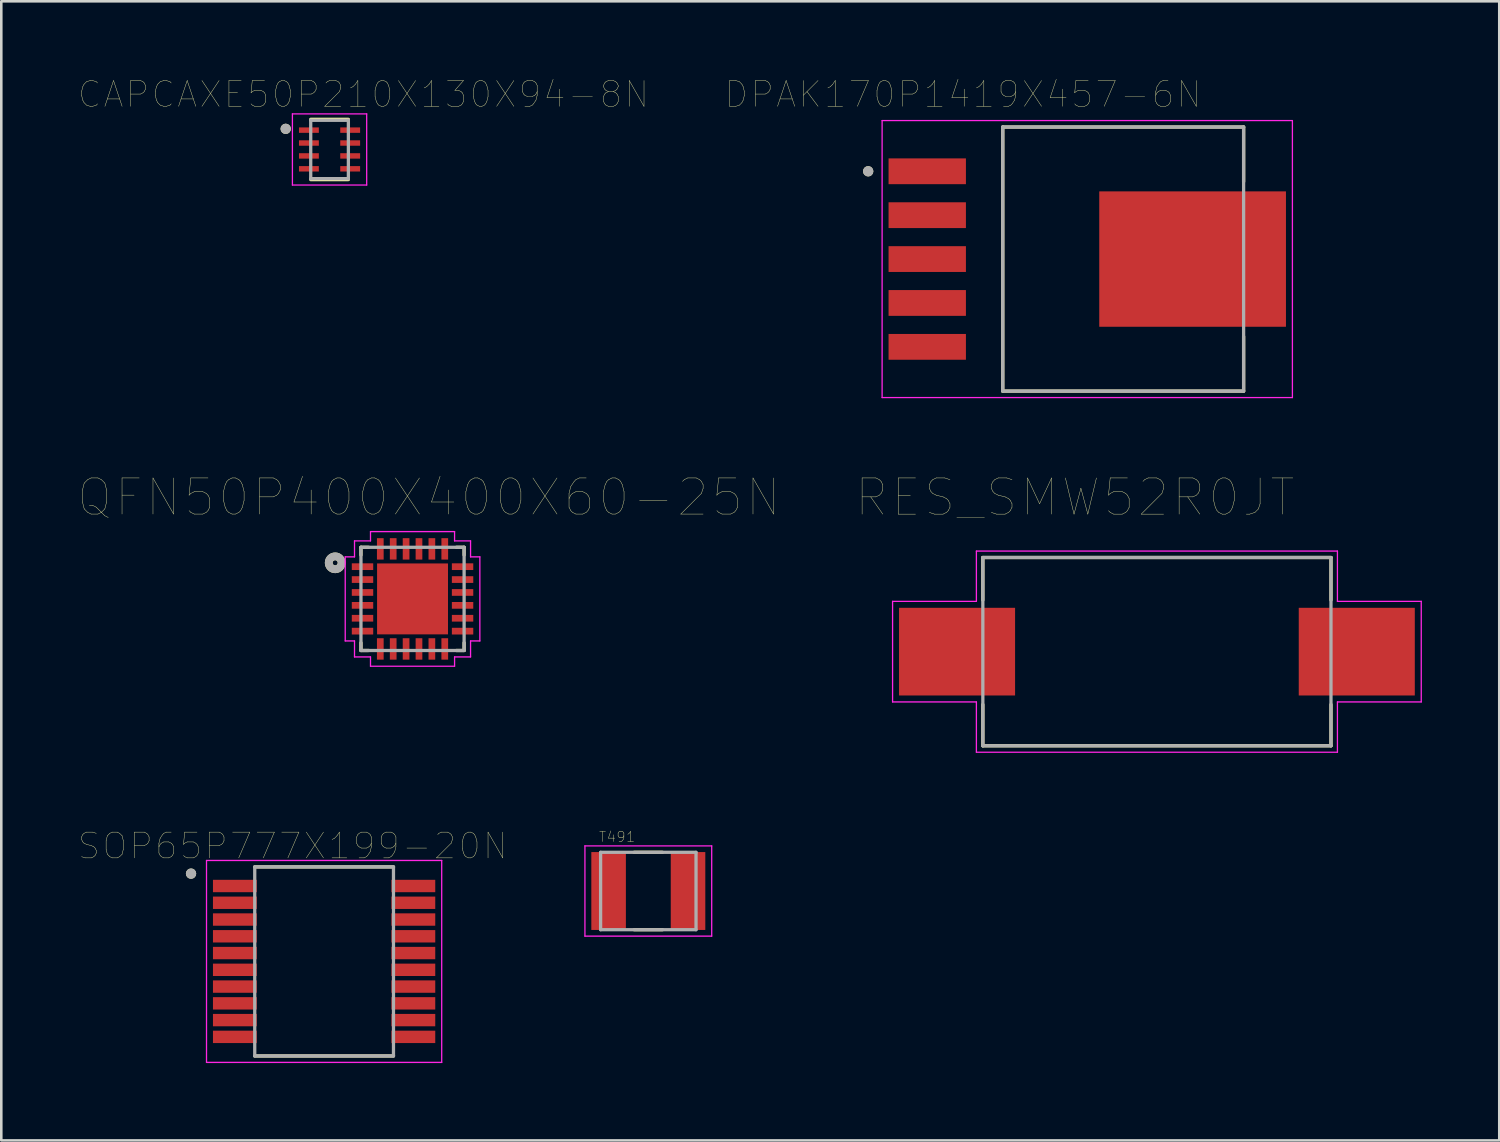
<source format=kicad_pcb>
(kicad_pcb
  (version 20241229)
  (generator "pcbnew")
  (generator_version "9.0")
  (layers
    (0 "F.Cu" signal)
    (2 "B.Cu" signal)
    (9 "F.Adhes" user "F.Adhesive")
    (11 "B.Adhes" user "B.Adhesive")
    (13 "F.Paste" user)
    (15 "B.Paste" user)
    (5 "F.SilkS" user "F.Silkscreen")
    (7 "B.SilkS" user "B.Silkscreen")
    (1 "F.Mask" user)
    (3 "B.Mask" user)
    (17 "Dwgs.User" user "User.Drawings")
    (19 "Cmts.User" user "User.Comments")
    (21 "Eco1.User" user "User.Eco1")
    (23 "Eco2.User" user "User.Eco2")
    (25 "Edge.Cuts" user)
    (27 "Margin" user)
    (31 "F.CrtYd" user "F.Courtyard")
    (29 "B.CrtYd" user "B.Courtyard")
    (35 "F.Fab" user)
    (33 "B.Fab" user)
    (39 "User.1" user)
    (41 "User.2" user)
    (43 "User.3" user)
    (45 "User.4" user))
  (footprint "CAPCAXE50P210X130X94-8N"
    (layer "F.Cu")
    (at 9.729 2.746)
    (property "Reference" "CAPCAXE50P210X130X94-8N" (at 1.313 -2.135 0) (layer "F.SilkS") (effects (font (size 1 1) (thickness 0.015))))
    (attr through_hole)
    (fp_line (start -0.73 -1.169) (end 0.73 -1.169) (stroke (width 0.127) (type solid)) (layer "F.SilkS"))
    (fp_line (start 0.73 1.169) (end -0.73 1.169) (stroke (width 0.127) (type solid)) (layer "F.SilkS"))
    (fp_circle (center -1.7 -0.8) (end -1.6 -0.8) (stroke (width 0.2) (type solid)) (fill no) (layer "F.SilkS"))
    (fp_line (start -1.44 -1.38) (end 1.44 -1.38) (stroke (width 0.05) (type solid)) (layer "F.CrtYd"))
    (fp_line (start -1.44 1.38) (end -1.44 -1.38) (stroke (width 0.05) (type solid)) (layer "F.CrtYd"))
    (fp_line (start 1.44 -1.38) (end 1.44 1.38) (stroke (width 0.05) (type solid)) (layer "F.CrtYd"))
    (fp_line (start 1.44 1.38) (end -1.44 1.38) (stroke (width 0.05) (type solid)) (layer "F.CrtYd"))
    (fp_line (start -0.73 -1.13) (end 0.73 -1.13) (stroke (width 0.127) (type solid)) (layer "F.Fab"))
    (fp_line (start -0.73 1.13) (end -0.73 -1.13) (stroke (width 0.127) (type solid)) (layer "F.Fab"))
    (fp_line (start 0.73 -1.13) (end 0.73 1.13) (stroke (width 0.127) (type solid)) (layer "F.Fab"))
    (fp_line (start 0.73 1.13) (end -0.73 1.13) (stroke (width 0.127) (type solid)) (layer "F.Fab"))
    (fp_circle (center -1.7 -0.8) (end -1.6 -0.8) (stroke (width 0.2) (type solid)) (fill no) (layer "F.Fab"))
    (pad "1" smd rect (at -0.8 -0.75) (size 0.77 0.21) (layers "F.Cu" "F.Mask" "F.Paste"))
    (pad "2" smd rect (at -0.8 -0.25) (size 0.77 0.21) (layers "F.Cu" "F.Mask" "F.Paste"))
    (pad "3" smd rect (at -0.8 0.25) (size 0.77 0.21) (layers "F.Cu" "F.Mask" "F.Paste"))
    (pad "4" smd rect (at -0.8 0.75) (size 0.77 0.21) (layers "F.Cu" "F.Mask" "F.Paste"))
    (pad "5" smd rect (at 0.8 0.75) (size 0.77 0.21) (layers "F.Cu" "F.Mask" "F.Paste"))
    (pad "6" smd rect (at 0.8 0.25) (size 0.77 0.21) (layers "F.Cu" "F.Mask" "F.Paste"))
    (pad "7" smd rect (at 0.8 -0.25) (size 0.77 0.21) (layers "F.Cu" "F.Mask" "F.Paste"))
    (pad "8" smd rect (at 0.8 -0.75) (size 0.77 0.21) (layers "F.Cu" "F.Mask" "F.Paste")))
  (footprint "RES_SMW52R0JT"
    (layer "F.Cu")
    (at 41.812 22.219)
    (property "Reference" "RES_SMW52R0JT" (at -3.181 -5.981 0) (layer "F.SilkS") (effects (font (size 1.403 1.403) (thickness 0.015))))
    (attr through_hole)
    (fp_line (start -6.75 -3.65) (end 6.75 -3.65) (stroke (width 0.127) (type solid)) (layer "F.SilkS"))
    (fp_line (start -6.75 -2) (end -6.75 -3.65) (stroke (width 0.127) (type solid)) (layer "F.SilkS"))
    (fp_line (start -6.75 3.65) (end -6.75 2.05) (stroke (width 0.127) (type solid)) (layer "F.SilkS"))
    (fp_line (start 6.75 -3.65) (end 6.75 -2) (stroke (width 0.127) (type solid)) (layer "F.SilkS"))
    (fp_line (start 6.75 2.05) (end 6.75 3.65) (stroke (width 0.127) (type solid)) (layer "F.SilkS"))
    (fp_line (start 6.75 3.65) (end -6.75 3.65) (stroke (width 0.127) (type solid)) (layer "F.SilkS"))
    (fp_line (start -10.25 -1.95) (end -7 -1.95) (stroke (width 0.05) (type solid)) (layer "F.CrtYd"))
    (fp_line (start -10.25 1.95) (end -10.25 -1.95) (stroke (width 0.05) (type solid)) (layer "F.CrtYd"))
    (fp_line (start -7 -3.9) (end 7 -3.9) (stroke (width 0.05) (type solid)) (layer "F.CrtYd"))
    (fp_line (start -7 -1.95) (end -7 -3.9) (stroke (width 0.05) (type solid)) (layer "F.CrtYd"))
    (fp_line (start -7 1.95) (end -10.25 1.95) (stroke (width 0.05) (type solid)) (layer "F.CrtYd"))
    (fp_line (start -7 3.9) (end -7 1.95) (stroke (width 0.05) (type solid)) (layer "F.CrtYd"))
    (fp_line (start 7 -3.9) (end 7 -1.95) (stroke (width 0.05) (type solid)) (layer "F.CrtYd"))
    (fp_line (start 7 -1.95) (end 10.25 -1.95) (stroke (width 0.05) (type solid)) (layer "F.CrtYd"))
    (fp_line (start 7 1.95) (end 7 3.9) (stroke (width 0.05) (type solid)) (layer "F.CrtYd"))
    (fp_line (start 7 3.9) (end -7 3.9) (stroke (width 0.05) (type solid)) (layer "F.CrtYd"))
    (fp_line (start 10.25 -1.95) (end 10.25 1.95) (stroke (width 0.05) (type solid)) (layer "F.CrtYd"))
    (fp_line (start 10.25 1.95) (end 7 1.95) (stroke (width 0.05) (type solid)) (layer "F.CrtYd"))
    (fp_line (start -6.75 -3.65) (end 6.75 -3.65) (stroke (width 0.127) (type solid)) (layer "F.Fab"))
    (fp_line (start -6.75 3.65) (end -6.75 -3.65) (stroke (width 0.127) (type solid)) (layer "F.Fab"))
    (fp_line (start 6.75 -3.65) (end 6.75 3.65) (stroke (width 0.127) (type solid)) (layer "F.Fab"))
    (fp_line (start 6.75 3.65) (end -6.75 3.65) (stroke (width 0.127) (type solid)) (layer "F.Fab"))
    (pad "1" smd rect (at -7.75 0) (size 4.5 3.4) (layers "F.Cu" "F.Mask" "F.Paste"))
    (pad "2" smd rect (at 7.75 0) (size 4.5 3.4) (layers "F.Cu" "F.Mask" "F.Paste")))
  (footprint "SOP65P777X199-20N"
    (layer "F.Cu")
    (at 9.518 34.232)
    (property "Reference" "SOP65P777X199-20N" (at -1.215 -4.477 0) (layer "F.SilkS") (effects (font (size 1 1) (thickness 0.015))))
    (attr through_hole)
    (fp_line (start -2.69 -3.665) (end 2.69 -3.665) (stroke (width 0.127) (type solid)) (layer "F.SilkS"))
    (fp_line (start -2.69 3.665) (end 2.69 3.665) (stroke (width 0.127) (type solid)) (layer "F.SilkS"))
    (fp_circle (center -5.16 -3.405) (end -5.06 -3.405) (stroke (width 0.2) (type solid)) (fill no) (layer "F.SilkS"))
    (fp_line (start -4.56 -3.915) (end -4.56 3.915) (stroke (width 0.05) (type solid)) (layer "F.CrtYd"))
    (fp_line (start -4.56 -3.915) (end 4.56 -3.915) (stroke (width 0.05) (type solid)) (layer "F.CrtYd"))
    (fp_line (start -4.56 3.915) (end 4.56 3.915) (stroke (width 0.05) (type solid)) (layer "F.CrtYd"))
    (fp_line (start 4.56 -3.915) (end 4.56 3.915) (stroke (width 0.05) (type solid)) (layer "F.CrtYd"))
    (fp_line (start -2.69 -3.665) (end -2.69 3.665) (stroke (width 0.127) (type solid)) (layer "F.Fab"))
    (fp_line (start -2.69 -3.665) (end 2.69 -3.665) (stroke (width 0.127) (type solid)) (layer "F.Fab"))
    (fp_line (start -2.69 3.665) (end 2.69 3.665) (stroke (width 0.127) (type solid)) (layer "F.Fab"))
    (fp_line (start 2.69 -3.665) (end 2.69 3.665) (stroke (width 0.127) (type solid)) (layer "F.Fab"))
    (fp_circle (center -5.16 -3.405) (end -5.06 -3.405) (stroke (width 0.2) (type solid)) (fill no) (layer "F.Fab"))
    (pad "1" smd rect (at -3.46 -2.925) (size 1.7 0.48) (layers "F.Cu" "F.Mask" "F.Paste"))
    (pad "2" smd rect (at -3.46 -2.275) (size 1.7 0.48) (layers "F.Cu" "F.Mask" "F.Paste"))
    (pad "3" smd rect (at -3.46 -1.625) (size 1.7 0.48) (layers "F.Cu" "F.Mask" "F.Paste"))
    (pad "4" smd rect (at -3.46 -0.975) (size 1.7 0.48) (layers "F.Cu" "F.Mask" "F.Paste"))
    (pad "5" smd rect (at -3.46 -0.325) (size 1.7 0.48) (layers "F.Cu" "F.Mask" "F.Paste"))
    (pad "6" smd rect (at -3.46 0.325) (size 1.7 0.48) (layers "F.Cu" "F.Mask" "F.Paste"))
    (pad "7" smd rect (at -3.46 0.975) (size 1.7 0.48) (layers "F.Cu" "F.Mask" "F.Paste"))
    (pad "8" smd rect (at -3.46 1.625) (size 1.7 0.48) (layers "F.Cu" "F.Mask" "F.Paste"))
    (pad "9" smd rect (at -3.46 2.275) (size 1.7 0.48) (layers "F.Cu" "F.Mask" "F.Paste"))
    (pad "10" smd rect (at -3.46 2.925) (size 1.7 0.48) (layers "F.Cu" "F.Mask" "F.Paste"))
    (pad "11" smd rect (at 3.46 2.925) (size 1.7 0.48) (layers "F.Cu" "F.Mask" "F.Paste"))
    (pad "12" smd rect (at 3.46 2.275) (size 1.7 0.48) (layers "F.Cu" "F.Mask" "F.Paste"))
    (pad "13" smd rect (at 3.46 1.625) (size 1.7 0.48) (layers "F.Cu" "F.Mask" "F.Paste"))
    (pad "14" smd rect (at 3.46 0.975) (size 1.7 0.48) (layers "F.Cu" "F.Mask" "F.Paste"))
    (pad "15" smd rect (at 3.46 0.325) (size 1.7 0.48) (layers "F.Cu" "F.Mask" "F.Paste"))
    (pad "16" smd rect (at 3.46 -0.325) (size 1.7 0.48) (layers "F.Cu" "F.Mask" "F.Paste"))
    (pad "17" smd rect (at 3.46 -0.975) (size 1.7 0.48) (layers "F.Cu" "F.Mask" "F.Paste"))
    (pad "18" smd rect (at 3.46 -1.625) (size 1.7 0.48) (layers "F.Cu" "F.Mask" "F.Paste"))
    (pad "19" smd rect (at 3.46 -2.275) (size 1.7 0.48) (layers "F.Cu" "F.Mask" "F.Paste"))
    (pad "20" smd rect (at 3.46 -2.925) (size 1.7 0.48) (layers "F.Cu" "F.Mask" "F.Paste")))
  (footprint "QFN50P400X400X60-25N"
    (layer "F.Cu")
    (at 12.947 20.174)
    (property "Reference" "QFN50P400X400X60-25N" (at 0.635 -3.937 0) (layer "F.SilkS") (effects (font (size 1.4 1.4) (thickness 0.015))))
    (attr through_hole)
    (fp_line (start -2 -2) (end -2 -1.7) (stroke (width 0.127) (type solid)) (layer "F.SilkS"))
    (fp_line (start -2 2) (end -2 1.7) (stroke (width 0.127) (type solid)) (layer "F.SilkS"))
    (fp_line (start -2 2) (end -1.7 2) (stroke (width 0.127) (type solid)) (layer "F.SilkS"))
    (fp_line (start -1.7 -2) (end -2 -2) (stroke (width 0.127) (type solid)) (layer "F.SilkS"))
    (fp_line (start 2 -2) (end 1.7 -2) (stroke (width 0.127) (type solid)) (layer "F.SilkS"))
    (fp_line (start 2 -2) (end 2 -1.7) (stroke (width 0.127) (type solid)) (layer "F.SilkS"))
    (fp_line (start 2 2) (end 1.7 2) (stroke (width 0.127) (type solid)) (layer "F.SilkS"))
    (fp_line (start 2 2) (end 2 1.7) (stroke (width 0.127) (type solid)) (layer "F.SilkS"))
    (fp_circle (center -3 -1.4) (end -2.9 -1.4) (stroke (width 0.3) (type solid)) (fill no) (layer "F.SilkS"))
    (fp_poly (pts (xy -1.105 -1.105) (xy -0.135 -1.105) (xy -0.135 -0.135) (xy -1.105 -0.135)) (stroke (width 0.01) (type solid)) (fill yes) (layer "F.Paste"))
    (fp_poly (pts (xy -1.105 0.135) (xy -0.135 0.135) (xy -0.135 1.105) (xy -1.105 1.105)) (stroke (width 0.01) (type solid)) (fill yes) (layer "F.Paste"))
    (fp_poly (pts (xy 0.135 -1.105) (xy 1.105 -1.105) (xy 1.105 -0.135) (xy 0.135 -0.135)) (stroke (width 0.01) (type solid)) (fill yes) (layer "F.Paste"))
    (fp_poly (pts (xy 0.135 0.135) (xy 1.105 0.135) (xy 1.105 1.105) (xy 0.135 1.105)) (stroke (width 0.01) (type solid)) (fill yes) (layer "F.Paste"))
    (fp_line (start -2.61 -1.63) (end -2.25 -1.63) (stroke (width 0.05) (type solid)) (layer "F.CrtYd"))
    (fp_line (start -2.61 1.63) (end -2.61 -1.63) (stroke (width 0.05) (type solid)) (layer "F.CrtYd"))
    (fp_line (start -2.25 -2.25) (end -1.63 -2.25) (stroke (width 0.05) (type solid)) (layer "F.CrtYd"))
    (fp_line (start -2.25 -1.63) (end -2.25 -2.25) (stroke (width 0.05) (type solid)) (layer "F.CrtYd"))
    (fp_line (start -2.25 1.63) (end -2.61 1.63) (stroke (width 0.05) (type solid)) (layer "F.CrtYd"))
    (fp_line (start -2.25 2.25) (end -2.25 1.63) (stroke (width 0.05) (type solid)) (layer "F.CrtYd"))
    (fp_line (start -1.63 -2.61) (end 1.63 -2.61) (stroke (width 0.05) (type solid)) (layer "F.CrtYd"))
    (fp_line (start -1.63 -2.25) (end -1.63 -2.61) (stroke (width 0.05) (type solid)) (layer "F.CrtYd"))
    (fp_line (start -1.63 2.25) (end -2.25 2.25) (stroke (width 0.05) (type solid)) (layer "F.CrtYd"))
    (fp_line (start -1.63 2.61) (end -1.63 2.25) (stroke (width 0.05) (type solid)) (layer "F.CrtYd"))
    (fp_line (start 1.63 -2.61) (end 1.63 -2.25) (stroke (width 0.05) (type solid)) (layer "F.CrtYd"))
    (fp_line (start 1.63 -2.25) (end 2.25 -2.25) (stroke (width 0.05) (type solid)) (layer "F.CrtYd"))
    (fp_line (start 1.63 2.25) (end 1.63 2.61) (stroke (width 0.05) (type solid)) (layer "F.CrtYd"))
    (fp_line (start 1.63 2.61) (end -1.63 2.61) (stroke (width 0.05) (type solid)) (layer "F.CrtYd"))
    (fp_line (start 2.25 -2.25) (end 2.25 -1.63) (stroke (width 0.05) (type solid)) (layer "F.CrtYd"))
    (fp_line (start 2.25 -1.63) (end 2.61 -1.63) (stroke (width 0.05) (type solid)) (layer "F.CrtYd"))
    (fp_line (start 2.25 1.63) (end 2.25 2.25) (stroke (width 0.05) (type solid)) (layer "F.CrtYd"))
    (fp_line (start 2.25 2.25) (end 1.63 2.25) (stroke (width 0.05) (type solid)) (layer "F.CrtYd"))
    (fp_line (start 2.61 -1.63) (end 2.61 1.63) (stroke (width 0.05) (type solid)) (layer "F.CrtYd"))
    (fp_line (start 2.61 1.63) (end 2.25 1.63) (stroke (width 0.05) (type solid)) (layer "F.CrtYd"))
    (fp_line (start -2 -2) (end 2 -2) (stroke (width 0.127) (type solid)) (layer "F.Fab"))
    (fp_line (start -2 2) (end -2 -2) (stroke (width 0.127) (type solid)) (layer "F.Fab"))
    (fp_line (start 2 -2) (end 2 2) (stroke (width 0.127) (type solid)) (layer "F.Fab"))
    (fp_line (start 2 2) (end -2 2) (stroke (width 0.127) (type solid)) (layer "F.Fab"))
    (fp_circle (center -3 -1.4) (end -2.9 -1.4) (stroke (width 0.3) (type solid)) (fill no) (layer "F.Fab"))
    (pad "1" smd rect (at -1.94 -1.25) (size 0.83 0.26) (layers "F.Cu" "F.Mask" "F.Paste"))
    (pad "2" smd rect (at -1.94 -0.75) (size 0.83 0.26) (layers "F.Cu" "F.Mask" "F.Paste"))
    (pad "3" smd rect (at -1.94 -0.25) (size 0.83 0.26) (layers "F.Cu" "F.Mask" "F.Paste"))
    (pad "4" smd rect (at -1.94 0.25) (size 0.83 0.26) (layers "F.Cu" "F.Mask" "F.Paste"))
    (pad "5" smd rect (at -1.94 0.75) (size 0.83 0.26) (layers "F.Cu" "F.Mask" "F.Paste"))
    (pad "6" smd rect (at -1.94 1.25) (size 0.83 0.26) (layers "F.Cu" "F.Mask" "F.Paste"))
    (pad "7" smd rect (at -1.25 1.94) (size 0.26 0.83) (layers "F.Cu" "F.Mask" "F.Paste"))
    (pad "8" smd rect (at -0.75 1.94) (size 0.26 0.83) (layers "F.Cu" "F.Mask" "F.Paste"))
    (pad "9" smd rect (at -0.25 1.94) (size 0.26 0.83) (layers "F.Cu" "F.Mask" "F.Paste"))
    (pad "10" smd rect (at 0.25 1.94) (size 0.26 0.83) (layers "F.Cu" "F.Mask" "F.Paste"))
    (pad "11" smd rect (at 0.75 1.94) (size 0.26 0.83) (layers "F.Cu" "F.Mask" "F.Paste"))
    (pad "12" smd rect (at 1.25 1.94) (size 0.26 0.83) (layers "F.Cu" "F.Mask" "F.Paste"))
    (pad "13" smd rect (at 1.94 1.25) (size 0.83 0.26) (layers "F.Cu" "F.Mask" "F.Paste"))
    (pad "14" smd rect (at 1.94 0.75) (size 0.83 0.26) (layers "F.Cu" "F.Mask" "F.Paste"))
    (pad "15" smd rect (at 1.94 0.25) (size 0.83 0.26) (layers "F.Cu" "F.Mask" "F.Paste"))
    (pad "16" smd rect (at 1.94 -0.25) (size 0.83 0.26) (layers "F.Cu" "F.Mask" "F.Paste"))
    (pad "17" smd rect (at 1.94 -0.75) (size 0.83 0.26) (layers "F.Cu" "F.Mask" "F.Paste"))
    (pad "18" smd rect (at 1.94 -1.25) (size 0.83 0.26) (layers "F.Cu" "F.Mask" "F.Paste"))
    (pad "19" smd rect (at 1.25 -1.94) (size 0.26 0.83) (layers "F.Cu" "F.Mask" "F.Paste"))
    (pad "20" smd rect (at 0.75 -1.94) (size 0.26 0.83) (layers "F.Cu" "F.Mask" "F.Paste"))
    (pad "21" smd rect (at 0.25 -1.94) (size 0.26 0.83) (layers "F.Cu" "F.Mask" "F.Paste"))
    (pad "22" smd rect (at -0.25 -1.94) (size 0.26 0.83) (layers "F.Cu" "F.Mask" "F.Paste"))
    (pad "23" smd rect (at -0.75 -1.94) (size 0.26 0.83) (layers "F.Cu" "F.Mask" "F.Paste"))
    (pad "24" smd rect (at -1.25 -1.94) (size 0.26 0.83) (layers "F.Cu" "F.Mask" "F.Paste"))
    (pad "25" smd rect (at 0 0) (size 2.75 2.75) (layers "F.Cu" "F.Mask")))
  (footprint "T491"
    (layer "F.Cu")
    (at 22.09 31.501)
    (property "Reference" "T491" (at -1.21 -2.1 0) (layer "F.SilkS") (effects (font (size 0.394 0.394) (thickness 0.015))))
    (attr through_hole)
    (fp_line (start -0.55 -1.5) (end 0.55 -1.5) (stroke (width 0.127) (type solid)) (layer "F.SilkS"))
    (fp_line (start -0.55 1.5) (end 0.55 1.5) (stroke (width 0.127) (type solid)) (layer "F.SilkS"))
    (fp_line (start -2.458 -1.75) (end 2.458 -1.75) (stroke (width 0.05) (type solid)) (layer "F.CrtYd"))
    (fp_line (start -2.458 1.75) (end -2.458 -1.75) (stroke (width 0.05) (type solid)) (layer "F.CrtYd"))
    (fp_line (start -2.458 1.75) (end 2.458 1.75) (stroke (width 0.05) (type solid)) (layer "F.CrtYd"))
    (fp_line (start 2.458 1.75) (end 2.458 -1.75) (stroke (width 0.05) (type solid)) (layer "F.CrtYd"))
    (fp_line (start -1.85 1.5) (end -1.85 -1.5) (stroke (width 0.127) (type solid)) (layer "F.Fab"))
    (fp_line (start 1.85 -1.5) (end -1.85 -1.5) (stroke (width 0.127) (type solid)) (layer "F.Fab"))
    (fp_line (start 1.85 1.5) (end -1.85 1.5) (stroke (width 0.127) (type solid)) (layer "F.Fab"))
    (fp_line (start 1.85 1.5) (end 1.85 -1.5) (stroke (width 0.127) (type solid)) (layer "F.Fab"))
    (pad "1" smd rect (at -1.54 0) (size 1.34 3.02) (layers "F.Cu" "F.Mask" "F.Paste"))
    (pad "2" smd rect (at 1.54 0) (size 1.34 3.02) (layers "F.Cu" "F.Mask" "F.Paste")))
  (footprint "DPAK170P1419X457-6N"
    (layer "F.Cu")
    (at 39.116 6.996)
    (property "Reference" "DPAK170P1419X457-6N" (at -4.825 -6.385 0) (layer "F.SilkS") (effects (font (size 1 1) (thickness 0.015))))
    (attr through_hole)
    (fp_line (start -3.282 -5.12) (end -3.282 5.12) (stroke (width 0.127) (type solid)) (layer "F.SilkS"))
    (fp_line (start -3.282 5.12) (end 6.058 5.12) (stroke (width 0.127) (type solid)) (layer "F.SilkS"))
    (fp_line (start 6.058 -5.12) (end -3.282 -5.12) (stroke (width 0.127) (type solid)) (layer "F.SilkS"))
    (fp_line (start 6.058 -3) (end 6.058 -5.12) (stroke (width 0.127) (type solid)) (layer "F.SilkS"))
    (fp_line (start 6.058 5.12) (end 6.058 3) (stroke (width 0.127) (type solid)) (layer "F.SilkS"))
    (fp_circle (center -8.5 -3.404) (end -8.4 -3.404) (stroke (width 0.2) (type solid)) (fill no) (layer "F.SilkS"))
    (fp_poly (pts (xy 0.72 -2.075) (xy 1.98 -2.075) (xy 1.98 -0.555) (xy 0.72 -0.555)) (stroke (width 0.01) (type solid)) (fill yes) (layer "F.Paste"))
    (fp_poly (pts (xy 0.72 0.555) (xy 1.98 0.555) (xy 1.98 2.075) (xy 0.72 2.075)) (stroke (width 0.01) (type solid)) (fill yes) (layer "F.Paste"))
    (fp_poly (pts (xy 2.54 -2.075) (xy 3.8 -2.075) (xy 3.8 -0.555) (xy 2.54 -0.555)) (stroke (width 0.01) (type solid)) (fill yes) (layer "F.Paste"))
    (fp_poly (pts (xy 2.54 0.555) (xy 3.8 0.555) (xy 3.8 2.075) (xy 2.54 2.075)) (stroke (width 0.01) (type solid)) (fill yes) (layer "F.Paste"))
    (fp_poly (pts (xy 4.36 -2.075) (xy 5.62 -2.075) (xy 5.62 -0.555) (xy 4.36 -0.555)) (stroke (width 0.01) (type solid)) (fill yes) (layer "F.Paste"))
    (fp_poly (pts (xy 4.36 0.555) (xy 5.62 0.555) (xy 5.62 2.075) (xy 4.36 2.075)) (stroke (width 0.01) (type solid)) (fill yes) (layer "F.Paste"))
    (fp_poly (pts (xy 6.18 -2.075) (xy 7.44 -2.075) (xy 7.44 -0.555) (xy 6.18 -0.555)) (stroke (width 0.01) (type solid)) (fill yes) (layer "F.Paste"))
    (fp_poly (pts (xy 6.18 0.555) (xy 7.44 0.555) (xy 7.44 2.075) (xy 6.18 2.075)) (stroke (width 0.01) (type solid)) (fill yes) (layer "F.Paste"))
    (fp_line (start -7.96 -5.37) (end 7.95 -5.37) (stroke (width 0.05) (type solid)) (layer "F.CrtYd"))
    (fp_line (start -7.96 5.37) (end -7.96 -5.37) (stroke (width 0.05) (type solid)) (layer "F.CrtYd"))
    (fp_line (start 7.95 -5.37) (end 7.95 5.37) (stroke (width 0.05) (type solid)) (layer "F.CrtYd"))
    (fp_line (start 7.95 5.37) (end -7.96 5.37) (stroke (width 0.05) (type solid)) (layer "F.CrtYd"))
    (fp_line (start -3.282 -5.12) (end 6.058 -5.12) (stroke (width 0.127) (type solid)) (layer "F.Fab"))
    (fp_line (start -3.282 5.12) (end -3.282 -5.12) (stroke (width 0.127) (type solid)) (layer "F.Fab"))
    (fp_line (start 6.058 -5.12) (end 6.058 5.12) (stroke (width 0.127) (type solid)) (layer "F.Fab"))
    (fp_line (start 6.058 5.12) (end -3.282 5.12) (stroke (width 0.127) (type solid)) (layer "F.Fab"))
    (fp_circle (center -8.5 -3.404) (end -8.4 -3.404) (stroke (width 0.2) (type solid)) (fill no) (layer "F.Fab"))
    (pad "1" smd rect (at -6.21 -3.404) (size 3 1) (layers "F.Cu" "F.Mask" "F.Paste"))
    (pad "2" smd rect (at -6.21 -1.702) (size 3 1) (layers "F.Cu" "F.Mask" "F.Paste"))
    (pad "3" smd rect (at -6.21 0) (size 3 1) (layers "F.Cu" "F.Mask" "F.Paste"))
    (pad "4" smd rect (at -6.21 1.702) (size 3 1) (layers "F.Cu" "F.Mask" "F.Paste"))
    (pad "5" smd rect (at -6.21 3.404) (size 3 1) (layers "F.Cu" "F.Mask" "F.Paste"))
    (pad "6" smd rect (at 4.08 0) (size 7.24 5.25) (layers "F.Cu" "F.Mask")))
  (gr_rect
    (start -3 -3)
    (end 55.087 41.172)
    (stroke (width 0.1) (type default))
    (fill no)
    (layer "Edge.Cuts")))
</source>
